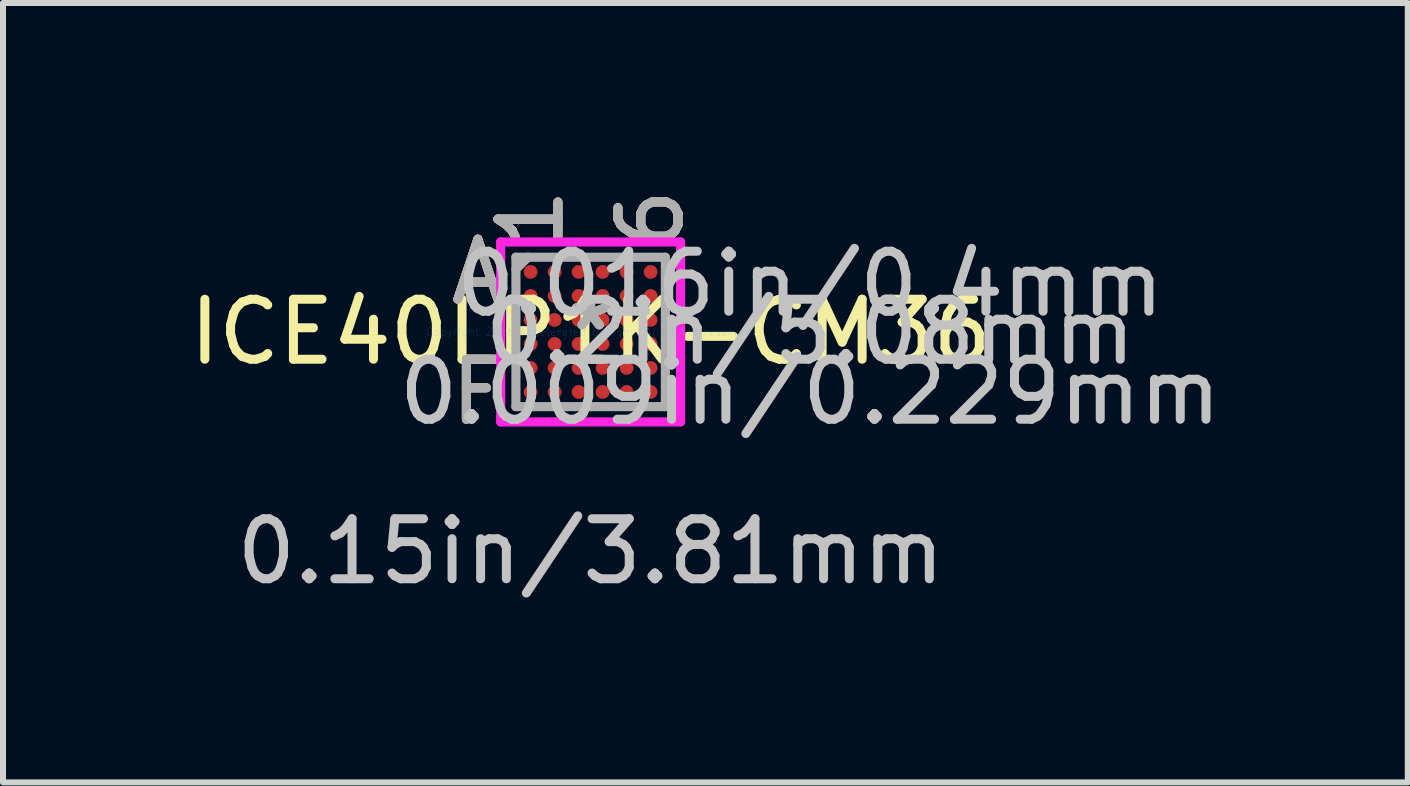
<source format=kicad_pcb>
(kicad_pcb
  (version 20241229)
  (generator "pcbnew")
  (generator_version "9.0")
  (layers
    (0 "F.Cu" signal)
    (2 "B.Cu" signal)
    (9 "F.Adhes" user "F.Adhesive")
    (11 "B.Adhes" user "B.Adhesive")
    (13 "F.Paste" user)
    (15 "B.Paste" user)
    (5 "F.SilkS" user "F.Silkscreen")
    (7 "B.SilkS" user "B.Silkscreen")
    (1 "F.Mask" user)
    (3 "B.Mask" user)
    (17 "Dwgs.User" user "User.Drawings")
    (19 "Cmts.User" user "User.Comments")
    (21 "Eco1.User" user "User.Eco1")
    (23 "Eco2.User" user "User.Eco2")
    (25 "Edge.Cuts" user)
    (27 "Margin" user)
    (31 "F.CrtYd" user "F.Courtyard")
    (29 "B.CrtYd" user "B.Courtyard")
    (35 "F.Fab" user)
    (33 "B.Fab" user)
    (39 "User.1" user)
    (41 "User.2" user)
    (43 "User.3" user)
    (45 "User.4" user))
  (footprint "ICE40LP1K-CM36"
    (layer "F.Cu")
    (at 6.792 2.481)
    (property "Reference" "ICE40LP1K-CM36" (at 0 0 0) (layer "F.SilkS") (effects (font (size 1 1) (thickness 0.15))))
    (attr through_hole)
    (fp_line (start -1.499 -1.499) (end 1.499 -1.499) (stroke (width 0.152) (type solid)) (layer "F.CrtYd"))
    (fp_line (start -1.499 1.499) (end -1.499 -1.499) (stroke (width 0.152) (type solid)) (layer "F.CrtYd"))
    (fp_line (start 1.499 -1.499) (end 1.499 1.499) (stroke (width 0.152) (type solid)) (layer "F.CrtYd"))
    (fp_line (start 1.499 1.499) (end -1.499 1.499) (stroke (width 0.152) (type solid)) (layer "F.CrtYd"))
    (fp_line (start -1.245 -1.245) (end -1.245 1.245) (stroke (width 0.152) (type solid)) (layer "F.Fab"))
    (fp_line (start -1.245 1.245) (end 1.245 1.245) (stroke (width 0.152) (type solid)) (layer "F.Fab"))
    (fp_line (start -1.045 -1.245) (end -1.245 -1.045) (stroke (width 0.152) (type solid)) (layer "F.Fab"))
    (fp_line (start 1.245 -1.245) (end -1.245 -1.245) (stroke (width 0.152) (type solid)) (layer "F.Fab"))
    (fp_line (start 1.245 1.245) (end 1.245 -1.245) (stroke (width 0.152) (type solid)) (layer "F.Fab"))
    (fp_text user "*" (at 0 0 0) (layer "F.SilkS") (effects (font (size 1 1) (thickness 0.15))))
    (fp_text user "6" (at 1 -1.88 90) (layer "F.SilkS") (effects (font (size 1 1) (thickness 0.15))))
    (fp_text user "1" (at -1 -1.88 90) (layer "F.SilkS") (effects (font (size 1 1) (thickness 0.15))))
    (fp_text user "A" (at -1.88 -1 0) (layer "F.SilkS") (effects (font (size 1 1) (thickness 0.15))))
    (fp_text user "F" (at -1.88 1 0) (layer "F.SilkS") (effects (font (size 1 1) (thickness 0.15))))
    (fp_text user "1" (at -1 -1.88 90) (layer "B.SilkS") (effects (font (size 1 1) (thickness 0.15))))
    (fp_text user "6" (at 1 -1.88 90) (layer "B.SilkS") (effects (font (size 1 1) (thickness 0.15))))
    (fp_text user "F" (at -1.88 1 0) (layer "B.SilkS") (effects (font (size 1 1) (thickness 0.15))))
    (fp_text user "A" (at -1.88 -1 0) (layer "B.SilkS") (effects (font (size 1 1) (thickness 0.15))))
    (fp_text user "0.2in/5.08mm" (at 3.658 0 0) (layer "Dwgs.User") (effects (font (size 1 1) (thickness 0.15))))
    (fp_text user "0.016in/0.4mm" (at 3.658 -0.8 0) (layer "Dwgs.User") (effects (font (size 1 1) (thickness 0.15))))
    (fp_text user "0.009in/0.229mm" (at 3.658 1 0) (layer "Dwgs.User") (effects (font (size 1 1) (thickness 0.15))))
    (fp_text user "0.15in/3.81mm" (at 0 3.658 0) (layer "Dwgs.User") (effects (font (size 1 1) (thickness 0.15))))
    (fp_text user "Copyright 2016 Accelerated Designs. All rights reserved." (at 0 0 0) (layer "Cmts.User") (effects (font (size 0.127 0.127) (thickness 0.002))))
    (fp_text user "6" (at 1 -1.88 90) (layer "F.Fab") (effects (font (size 1 1) (thickness 0.15))))
    (fp_text user "1" (at -1 -1.88 90) (layer "F.Fab") (effects (font (size 1 1) (thickness 0.15))))
    (fp_text user "F" (at -1.88 1 0) (layer "F.Fab") (effects (font (size 1 1) (thickness 0.15))))
    (fp_text user "*" (at 0 0 0) (layer "F.Fab") (effects (font (size 1 1) (thickness 0.15))))
    (fp_text user "A" (at -1.88 -1 0) (layer "F.Fab") (effects (font (size 1 1) (thickness 0.15))))
    (pad "A1" smd circle (at -1 -1) (size 0.229 0.229) (layers "F.Cu" "F.Mask" "F.Paste"))
    (pad "A2" smd circle (at -0.6 -1) (size 0.229 0.229) (layers "F.Cu" "F.Mask" "F.Paste"))
    (pad "A3" smd circle (at -0.2 -1) (size 0.229 0.229) (layers "F.Cu" "F.Mask" "F.Paste"))
    (pad "A4" smd circle (at 0.2 -1) (size 0.229 0.229) (layers "F.Cu" "F.Mask" "F.Paste"))
    (pad "A5" smd circle (at 0.6 -1) (size 0.229 0.229) (layers "F.Cu" "F.Mask" "F.Paste"))
    (pad "A6" smd circle (at 1 -1) (size 0.229 0.229) (layers "F.Cu" "F.Mask" "F.Paste"))
    (pad "B1" smd circle (at -1 -0.6) (size 0.229 0.229) (layers "F.Cu" "F.Mask" "F.Paste"))
    (pad "B2" smd circle (at -0.6 -0.6) (size 0.229 0.229) (layers "F.Cu" "F.Mask" "F.Paste"))
    (pad "B3" smd circle (at -0.2 -0.6) (size 0.229 0.229) (layers "F.Cu" "F.Mask" "F.Paste"))
    (pad "B4" smd circle (at 0.2 -0.6) (size 0.229 0.229) (layers "F.Cu" "F.Mask" "F.Paste"))
    (pad "B5" smd circle (at 0.6 -0.6) (size 0.229 0.229) (layers "F.Cu" "F.Mask" "F.Paste"))
    (pad "B6" smd circle (at 1 -0.6) (size 0.229 0.229) (layers "F.Cu" "F.Mask" "F.Paste"))
    (pad "C1" smd circle (at -1 -0.2) (size 0.229 0.229) (layers "F.Cu" "F.Mask" "F.Paste"))
    (pad "C2" smd circle (at -0.6 -0.2) (size 0.229 0.229) (layers "F.Cu" "F.Mask" "F.Paste"))
    (pad "C3" smd circle (at -0.2 -0.2) (size 0.229 0.229) (layers "F.Cu" "F.Mask" "F.Paste"))
    (pad "C4" smd circle (at 0.2 -0.2) (size 0.229 0.229) (layers "F.Cu" "F.Mask" "F.Paste"))
    (pad "C5" smd circle (at 0.6 -0.2) (size 0.229 0.229) (layers "F.Cu" "F.Mask" "F.Paste"))
    (pad "C6" smd circle (at 1 -0.2) (size 0.229 0.229) (layers "F.Cu" "F.Mask" "F.Paste"))
    (pad "D1" smd circle (at -1 0.2) (size 0.229 0.229) (layers "F.Cu" "F.Mask" "F.Paste"))
    (pad "D2" smd circle (at -0.6 0.2) (size 0.229 0.229) (layers "F.Cu" "F.Mask" "F.Paste"))
    (pad "D3" smd circle (at -0.2 0.2) (size 0.229 0.229) (layers "F.Cu" "F.Mask" "F.Paste"))
    (pad "D4" smd circle (at 0.2 0.2) (size 0.229 0.229) (layers "F.Cu" "F.Mask" "F.Paste"))
    (pad "D5" smd circle (at 0.6 0.2) (size 0.229 0.229) (layers "F.Cu" "F.Mask" "F.Paste"))
    (pad "D6" smd circle (at 1 0.2) (size 0.229 0.229) (layers "F.Cu" "F.Mask" "F.Paste"))
    (pad "E1" smd circle (at -1 0.6) (size 0.229 0.229) (layers "F.Cu" "F.Mask" "F.Paste"))
    (pad "E2" smd circle (at -0.6 0.6) (size 0.229 0.229) (layers "F.Cu" "F.Mask" "F.Paste"))
    (pad "E3" smd circle (at -0.2 0.6) (size 0.229 0.229) (layers "F.Cu" "F.Mask" "F.Paste"))
    (pad "E4" smd circle (at 0.2 0.6) (size 0.229 0.229) (layers "F.Cu" "F.Mask" "F.Paste"))
    (pad "E5" smd circle (at 0.6 0.6) (size 0.229 0.229) (layers "F.Cu" "F.Mask" "F.Paste"))
    (pad "E6" smd circle (at 1 0.6) (size 0.229 0.229) (layers "F.Cu" "F.Mask" "F.Paste"))
    (pad "F1" smd circle (at -1 1) (size 0.229 0.229) (layers "F.Cu" "F.Mask" "F.Paste"))
    (pad "F2" smd circle (at -0.6 1) (size 0.229 0.229) (layers "F.Cu" "F.Mask" "F.Paste"))
    (pad "F3" smd circle (at -0.2 1) (size 0.229 0.229) (layers "F.Cu" "F.Mask" "F.Paste"))
    (pad "F4" smd circle (at 0.2 1) (size 0.229 0.229) (layers "F.Cu" "F.Mask" "F.Paste"))
    (pad "F5" smd circle (at 0.6 1) (size 0.229 0.229) (layers "F.Cu" "F.Mask" "F.Paste"))
    (pad "F6" smd circle (at 1 1) (size 0.229 0.229) (layers "F.Cu" "F.Mask" "F.Paste")))
  (gr_rect
    (start -3 -3)
    (end 20.408 9.987)
    (stroke (width 0.1) (type default))
    (fill no)
    (layer "Edge.Cuts")))
</source>
